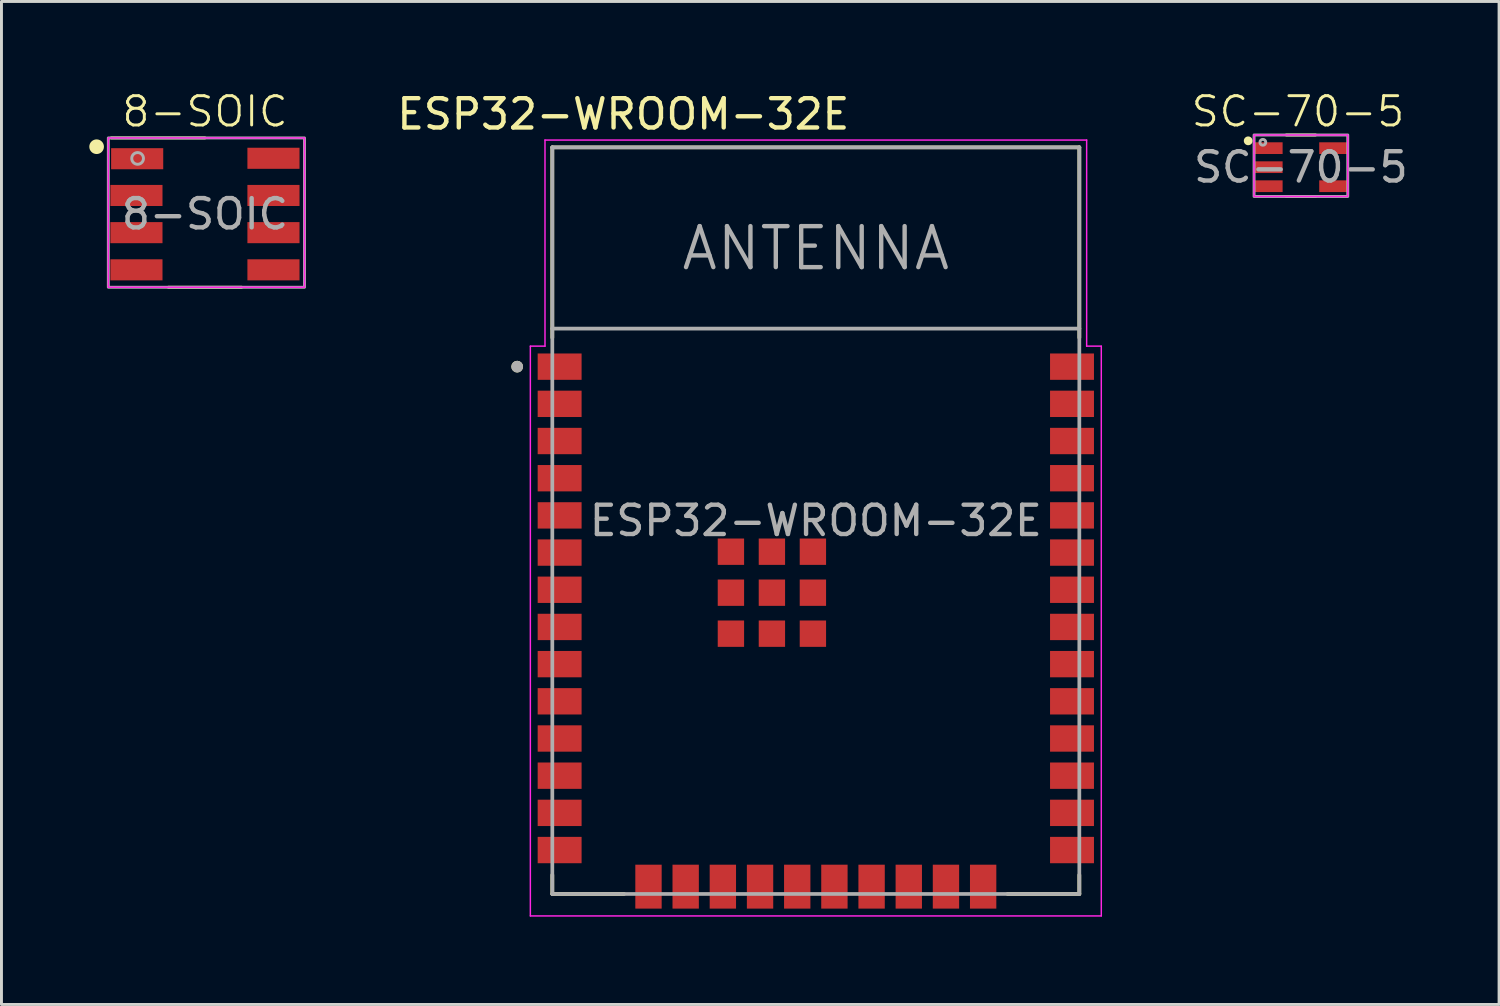
<source format=kicad_pcb>
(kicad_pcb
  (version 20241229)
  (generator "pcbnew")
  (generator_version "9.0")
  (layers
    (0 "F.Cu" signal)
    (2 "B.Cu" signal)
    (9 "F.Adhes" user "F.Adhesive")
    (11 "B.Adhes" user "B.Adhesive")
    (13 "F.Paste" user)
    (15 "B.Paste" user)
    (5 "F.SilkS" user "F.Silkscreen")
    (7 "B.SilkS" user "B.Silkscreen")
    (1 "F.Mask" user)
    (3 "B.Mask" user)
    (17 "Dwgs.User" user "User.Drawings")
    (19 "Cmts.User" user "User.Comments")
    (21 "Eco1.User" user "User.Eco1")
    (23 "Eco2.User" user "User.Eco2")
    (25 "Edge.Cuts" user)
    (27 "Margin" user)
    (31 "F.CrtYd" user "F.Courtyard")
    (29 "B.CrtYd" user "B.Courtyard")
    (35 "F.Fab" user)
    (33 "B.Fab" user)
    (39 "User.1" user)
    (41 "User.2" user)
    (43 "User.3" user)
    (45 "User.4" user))
  (footprint "8-SOIC"
    (layer "F.Cu")
    (at 3.95 4.261)
    (property "Reference" "8-SOIC" (at 0 -3.5 0) (unlocked yes) (layer "F.SilkS") (effects (font (size 1 1) (thickness 0.1))))
    (attr smd)
    (fp_line (start -3.2 -2.6) (end 0 -2.6) (stroke (width 0.1) (type default)) (layer "F.SilkS"))
    (fp_line (start -1.25 2.5) (end 1.25 2.5) (stroke (width 0.1) (type default)) (layer "F.SilkS"))
    (fp_circle (center -3.7 -2.3) (end -3.5 -2.3) (stroke (width 0.1) (type solid)) (fill yes) (layer "F.SilkS"))
    (fp_rect (start -3.3 -2.6) (end 3.4 2.5) (stroke (width 0.05) (type default)) (fill no) (layer "F.CrtYd"))
    (fp_rect (start -3.3 -2.6) (end 3.4 2.5) (stroke (width 0.1) (type default)) (fill no) (layer "F.Fab"))
    (fp_circle (center -2.3 -1.9) (end -2.1 -1.9) (stroke (width 0.1) (type solid)) (fill no) (layer "F.Fab"))
    (fp_text user "${REFERENCE}" (at 0 0 0) (unlocked yes) (layer "F.Fab") (effects (font (size 1 1) (thickness 0.15))))
    (pad "1" smd rect (at -2.315 -1.89) (size 1.78 0.72) (layers "F.Cu" "F.Mask" "F.Paste"))
    (pad "2" smd rect (at -2.34 -0.635) (size 1.78 0.72) (layers "F.Cu" "F.Mask" "F.Paste"))
    (pad "3" smd rect (at -2.34 0.635) (size 1.78 0.72) (layers "F.Cu" "F.Mask" "F.Paste"))
    (pad "4" smd rect (at -2.34 1.905) (size 1.78 0.72) (layers "F.Cu" "F.Mask" "F.Paste"))
    (pad "5" smd rect (at 2.34 1.905) (size 1.78 0.72) (layers "F.Cu" "F.Mask" "F.Paste"))
    (pad "6" smd rect (at 2.34 0.635) (size 1.78 0.72) (layers "F.Cu" "F.Mask" "F.Paste"))
    (pad "7" smd rect (at 2.34 -0.635) (size 1.78 0.72) (layers "F.Cu" "F.Mask" "F.Paste"))
    (pad "8" smd rect (at 2.34 -1.905) (size 1.78 0.72) (layers "F.Cu" "F.Mask" "F.Paste")))
  (footprint "SC-70-5"
    (layer "F.Cu")
    (at 41.382 2.66)
    (property "Reference" "SC-70-5" (at -0.1 -1.9 0) (unlocked yes) (layer "F.SilkS") (effects (font (size 1 1) (thickness 0.1))))
    (attr smd)
    (fp_line (start -0.5 -1.1) (end 0.5 -1.1) (stroke (width 0.1) (type default)) (layer "F.SilkS"))
    (fp_line (start -0.5 1) (end 0.5 1) (stroke (width 0.1) (type default)) (layer "F.SilkS"))
    (fp_circle (center -1.8 -0.9) (end -1.7 -0.9) (stroke (width 0.1) (type solid)) (fill yes) (layer "F.SilkS"))
    (fp_rect (start -1.6 -1.1) (end 1.6 1) (stroke (width 0.05) (type default)) (fill no) (layer "F.CrtYd"))
    (fp_rect (start -1.6 -1.1) (end 1.6 1) (stroke (width 0.1) (type default)) (fill no) (layer "F.Fab"))
    (fp_circle (center -1.3 -0.85) (end -1.2 -0.85) (stroke (width 0.1) (type solid)) (fill no) (layer "F.Fab"))
    (fp_text user "${REFERENCE}" (at 0 0 0) (unlocked yes) (layer "F.Fab") (effects (font (size 1 1) (thickness 0.15))))
    (pad "1" smd rect (at -1.1 -0.65) (size 0.95 0.4) (layers "F.Cu" "F.Mask" "F.Paste"))
    (pad "2" smd rect (at -1.1 0) (size 0.95 0.4) (layers "F.Cu" "F.Mask" "F.Paste"))
    (pad "3" smd rect (at -1.1 0.65) (size 0.95 0.4) (layers "F.Cu" "F.Mask" "F.Paste"))
    (pad "4" smd rect (at 1.1 0.65) (size 0.95 0.4) (layers "F.Cu" "F.Mask" "F.Paste"))
    (pad "5" smd rect (at 1.1 -0.65) (size 0.95 0.4) (layers "F.Cu" "F.Mask" "F.Paste")))
  (footprint "ESP32-WROOM-32E"
    (layer "F.Cu")
    (at 24.814 14.733)
    (property "Reference" "ESP32-WROOM-32E" (at -6.575 -13.885 0) (layer "F.SilkS") (effects (font (size 1 1) (thickness 0.15))))
    (attr smd)
    (fp_line (start -9 -12.75) (end 9 -12.75) (stroke (width 0.127) (type solid)) (layer "F.SilkS"))
    (fp_line (start -9 -6.25) (end -9 -12.75) (stroke (width 0.127) (type solid)) (layer "F.SilkS"))
    (fp_line (start -9 12.1) (end -9 12.75) (stroke (width 0.127) (type solid)) (layer "F.SilkS"))
    (fp_line (start -9 12.75) (end -6.55 12.75) (stroke (width 0.127) (type solid)) (layer "F.SilkS"))
    (fp_line (start 6.55 12.75) (end 9 12.75) (stroke (width 0.127) (type solid)) (layer "F.SilkS"))
    (fp_line (start 9 -12.75) (end 9 -6.25) (stroke (width 0.127) (type solid)) (layer "F.SilkS"))
    (fp_line (start 9 12.75) (end 9 12.1) (stroke (width 0.127) (type solid)) (layer "F.SilkS"))
    (fp_circle (center -10.2 -5.26) (end -10.1 -5.26) (stroke (width 0.2) (type solid)) (fill no) (layer "F.SilkS"))
    (fp_line (start -9.75 -5.96) (end -9.25 -5.96) (stroke (width 0.05) (type solid)) (layer "F.CrtYd"))
    (fp_line (start -9.75 13.5) (end -9.75 -5.96) (stroke (width 0.05) (type solid)) (layer "F.CrtYd"))
    (fp_line (start -9.25 -13) (end 9.25 -13) (stroke (width 0.05) (type solid)) (layer "F.CrtYd"))
    (fp_line (start -9.25 -5.96) (end -9.25 -13) (stroke (width 0.05) (type solid)) (layer "F.CrtYd"))
    (fp_line (start 9.25 -13) (end 9.25 -5.96) (stroke (width 0.05) (type solid)) (layer "F.CrtYd"))
    (fp_line (start 9.25 -5.96) (end 9.75 -5.96) (stroke (width 0.05) (type solid)) (layer "F.CrtYd"))
    (fp_line (start 9.75 -5.96) (end 9.75 13.5) (stroke (width 0.05) (type solid)) (layer "F.CrtYd"))
    (fp_line (start 9.75 13.5) (end -9.75 13.5) (stroke (width 0.05) (type solid)) (layer "F.CrtYd"))
    (fp_line (start -9 -12.75) (end -9 -6.56) (stroke (width 0.127) (type solid)) (layer "F.Fab"))
    (fp_line (start -9 -12.75) (end 9 -12.75) (stroke (width 0.127) (type solid)) (layer "F.Fab"))
    (fp_line (start -9 -6.56) (end 9 -6.56) (stroke (width 0.127) (type solid)) (layer "F.Fab"))
    (fp_line (start -9 12.75) (end -9 -6.56) (stroke (width 0.127) (type solid)) (layer "F.Fab"))
    (fp_line (start 9 -12.75) (end 9 -6.56) (stroke (width 0.127) (type solid)) (layer "F.Fab"))
    (fp_line (start 9 -6.56) (end 9 12.75) (stroke (width 0.127) (type solid)) (layer "F.Fab"))
    (fp_line (start 9 12.75) (end -9 12.75) (stroke (width 0.127) (type solid)) (layer "F.Fab"))
    (fp_circle (center -10.2 -5.26) (end -10.1 -5.26) (stroke (width 0.2) (type solid)) (fill no) (layer "F.Fab"))
    (fp_text user "ANTENNA" (at 0 -9.3 0) (layer "F.Fab") (effects (font (size 1.4 1.4) (thickness 0.15))))
    (fp_text user "${REFERENCE}" (at 0 0 0) (unlocked yes) (layer "F.Fab") (effects (font (size 1 1) (thickness 0.15))))
    (pad "1" smd rect (at -8.75 -5.26) (size 1.5 0.9) (layers "F.Cu" "F.Mask" "F.Paste"))
    (pad "2" smd rect (at -8.75 -3.99) (size 1.5 0.9) (layers "F.Cu" "F.Mask" "F.Paste"))
    (pad "3" smd rect (at -8.75 -2.72) (size 1.5 0.9) (layers "F.Cu" "F.Mask" "F.Paste"))
    (pad "4" smd rect (at -8.75 -1.45) (size 1.5 0.9) (layers "F.Cu" "F.Mask" "F.Paste"))
    (pad "5" smd rect (at -8.75 -0.18) (size 1.5 0.9) (layers "F.Cu" "F.Mask" "F.Paste"))
    (pad "6" smd rect (at -8.75 1.09) (size 1.5 0.9) (layers "F.Cu" "F.Mask" "F.Paste"))
    (pad "7" smd rect (at -8.75 2.36) (size 1.5 0.9) (layers "F.Cu" "F.Mask" "F.Paste"))
    (pad "8" smd rect (at -8.75 3.63) (size 1.5 0.9) (layers "F.Cu" "F.Mask" "F.Paste"))
    (pad "9" smd rect (at -8.75 4.9) (size 1.5 0.9) (layers "F.Cu" "F.Mask" "F.Paste"))
    (pad "10" smd rect (at -8.75 6.17) (size 1.5 0.9) (layers "F.Cu" "F.Mask" "F.Paste"))
    (pad "11" smd rect (at -8.75 7.44) (size 1.5 0.9) (layers "F.Cu" "F.Mask" "F.Paste"))
    (pad "12" smd rect (at -8.75 8.71) (size 1.5 0.9) (layers "F.Cu" "F.Mask" "F.Paste"))
    (pad "13" smd rect (at -8.75 9.98) (size 1.5 0.9) (layers "F.Cu" "F.Mask" "F.Paste"))
    (pad "14" smd rect (at -8.75 11.25) (size 1.5 0.9) (layers "F.Cu" "F.Mask" "F.Paste"))
    (pad "15" smd rect (at -5.715 12.5) (size 0.9 1.5) (layers "F.Cu" "F.Mask" "F.Paste"))
    (pad "16" smd rect (at -4.445 12.5) (size 0.9 1.5) (layers "F.Cu" "F.Mask" "F.Paste"))
    (pad "17" smd rect (at -3.175 12.5) (size 0.9 1.5) (layers "F.Cu" "F.Mask" "F.Paste"))
    (pad "18" smd rect (at -1.905 12.5) (size 0.9 1.5) (layers "F.Cu" "F.Mask" "F.Paste"))
    (pad "19" smd rect (at -0.635 12.5) (size 0.9 1.5) (layers "F.Cu" "F.Mask" "F.Paste"))
    (pad "20" smd rect (at 0.635 12.5) (size 0.9 1.5) (layers "F.Cu" "F.Mask" "F.Paste"))
    (pad "21" smd rect (at 1.905 12.5) (size 0.9 1.5) (layers "F.Cu" "F.Mask" "F.Paste"))
    (pad "22" smd rect (at 3.175 12.5) (size 0.9 1.5) (layers "F.Cu" "F.Mask" "F.Paste"))
    (pad "23" smd rect (at 4.445 12.5) (size 0.9 1.5) (layers "F.Cu" "F.Mask" "F.Paste"))
    (pad "24" smd rect (at 5.715 12.5) (size 0.9 1.5) (layers "F.Cu" "F.Mask" "F.Paste"))
    (pad "25" smd rect (at 8.75 11.25) (size 1.5 0.9) (layers "F.Cu" "F.Mask" "F.Paste"))
    (pad "26" smd rect (at 8.75 9.98) (size 1.5 0.9) (layers "F.Cu" "F.Mask" "F.Paste"))
    (pad "27" smd rect (at 8.75 8.71) (size 1.5 0.9) (layers "F.Cu" "F.Mask" "F.Paste"))
    (pad "28" smd rect (at 8.75 7.44) (size 1.5 0.9) (layers "F.Cu" "F.Mask" "F.Paste"))
    (pad "29" smd rect (at 8.75 6.17) (size 1.5 0.9) (layers "F.Cu" "F.Mask" "F.Paste"))
    (pad "30" smd rect (at 8.75 4.9) (size 1.5 0.9) (layers "F.Cu" "F.Mask" "F.Paste"))
    (pad "31" smd rect (at 8.75 3.63) (size 1.5 0.9) (layers "F.Cu" "F.Mask" "F.Paste"))
    (pad "32" smd rect (at 8.75 2.36) (size 1.5 0.9) (layers "F.Cu" "F.Mask" "F.Paste"))
    (pad "33" smd rect (at 8.75 1.09) (size 1.5 0.9) (layers "F.Cu" "F.Mask" "F.Paste"))
    (pad "34" smd rect (at 8.75 -0.18) (size 1.5 0.9) (layers "F.Cu" "F.Mask" "F.Paste"))
    (pad "35" smd rect (at 8.75 -1.45) (size 1.5 0.9) (layers "F.Cu" "F.Mask" "F.Paste"))
    (pad "36" smd rect (at 8.75 -2.72) (size 1.5 0.9) (layers "F.Cu" "F.Mask" "F.Paste"))
    (pad "37" smd rect (at 8.75 -3.99) (size 1.5 0.9) (layers "F.Cu" "F.Mask" "F.Paste"))
    (pad "38" smd rect (at 8.75 -5.26) (size 1.5 0.9) (layers "F.Cu" "F.Mask" "F.Paste"))
    (pad "39_1" smd rect (at -2.9 1.06) (size 0.9 0.9) (layers "F.Cu" "F.Mask" "F.Paste"))
    (pad "39_2" smd rect (at -1.5 1.06) (size 0.9 0.9) (layers "F.Cu" "F.Mask" "F.Paste"))
    (pad "39_3" smd rect (at -0.1 1.06) (size 0.9 0.9) (layers "F.Cu" "F.Mask" "F.Paste"))
    (pad "39_4" smd rect (at -2.9 2.46) (size 0.9 0.9) (layers "F.Cu" "F.Mask" "F.Paste"))
    (pad "39_5" smd rect (at -1.5 2.46) (size 0.9 0.9) (layers "F.Cu" "F.Mask" "F.Paste"))
    (pad "39_6" smd rect (at -0.1 2.46) (size 0.9 0.9) (layers "F.Cu" "F.Mask" "F.Paste"))
    (pad "39_7" smd rect (at -2.9 3.86) (size 0.9 0.9) (layers "F.Cu" "F.Mask" "F.Paste"))
    (pad "39_8" smd rect (at -1.5 3.86) (size 0.9 0.9) (layers "F.Cu" "F.Mask" "F.Paste"))
    (pad "39_9" smd rect (at -0.1 3.86) (size 0.9 0.9) (layers "F.Cu" "F.Mask" "F.Paste")))
  (gr_rect
    (start -3 -3)
    (end 48.15 31.258)
    (stroke (width 0.1) (type default))
    (fill no)
    (layer "Edge.Cuts")))
</source>
